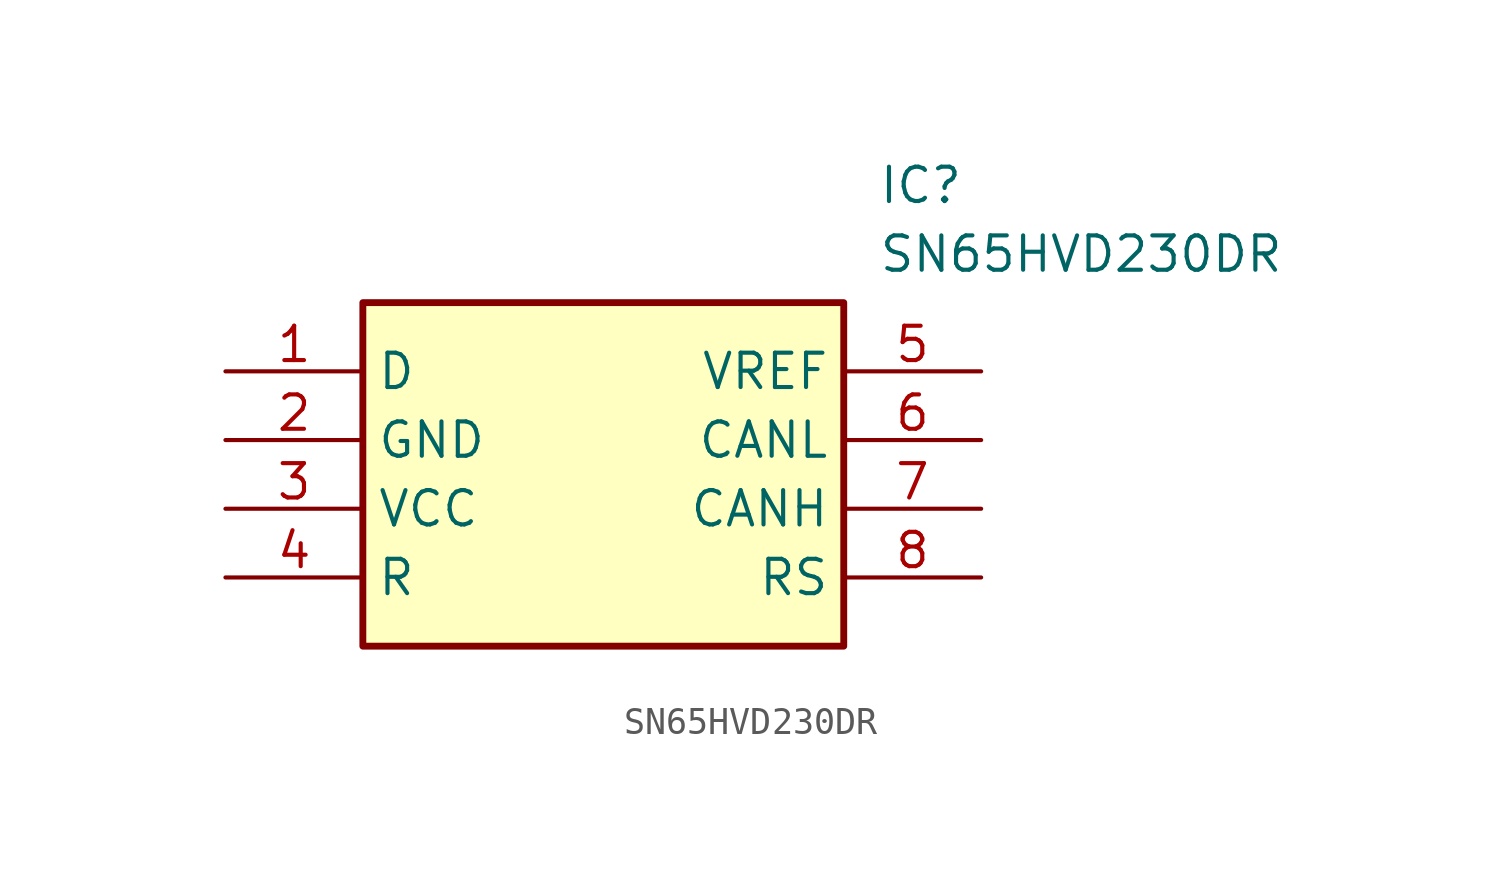
<source format=kicad_sym>
(kicad_symbol_lib
  (version 20211014)
  (generator SamacSys_ECAD_Model)
  (symbol "SN65HVD230DR"
    (property "Reference" "IC"
      (at 24.13 7.62 0)
      (effects (font (size 1.27 1.27)) (justify left top)))
    (property "Value" "SN65HVD230DR"
      (at 24.13 5.08 0)
      (effects (font (size 1.27 1.27)) (justify left top)))
    (rectangle
      (start 5.08 2.54)
      (end 22.86 -10.16)
      (stroke (width 0.254) (type default))
      (fill (type background)))
    (pin passive line
      (at 0 0 0)
      (length 5.08)
      (name "D" (effects (font (size 1.27 1.27))))
      (number "1" (effects (font (size 1.27 1.27)))))
    (pin passive line
      (at 0 -2.54 0)
      (length 5.08)
      (name "GND" (effects (font (size 1.27 1.27))))
      (number "2" (effects (font (size 1.27 1.27)))))
    (pin passive line
      (at 0 -5.08 0)
      (length 5.08)
      (name "VCC" (effects (font (size 1.27 1.27))))
      (number "3" (effects (font (size 1.27 1.27)))))
    (pin passive line
      (at 0 -7.62 0)
      (length 5.08)
      (name "R" (effects (font (size 1.27 1.27))))
      (number "4" (effects (font (size 1.27 1.27)))))
    (pin passive line
      (at 27.94 0 180)
      (length 5.08)
      (name "VREF" (effects (font (size 1.27 1.27))))
      (number "5" (effects (font (size 1.27 1.27)))))
    (pin passive line
      (at 27.94 -2.54 180)
      (length 5.08)
      (name "CANL" (effects (font (size 1.27 1.27))))
      (number "6" (effects (font (size 1.27 1.27)))))
    (pin passive line
      (at 27.94 -5.08 180)
      (length 5.08)
      (name "CANH" (effects (font (size 1.27 1.27))))
      (number "7" (effects (font (size 1.27 1.27)))))
    (pin passive line
      (at 27.94 -7.62 180)
      (length 5.08)
      (name "RS" (effects (font (size 1.27 1.27))))
      (number "8" (effects (font (size 1.27 1.27)))))))
</source>
